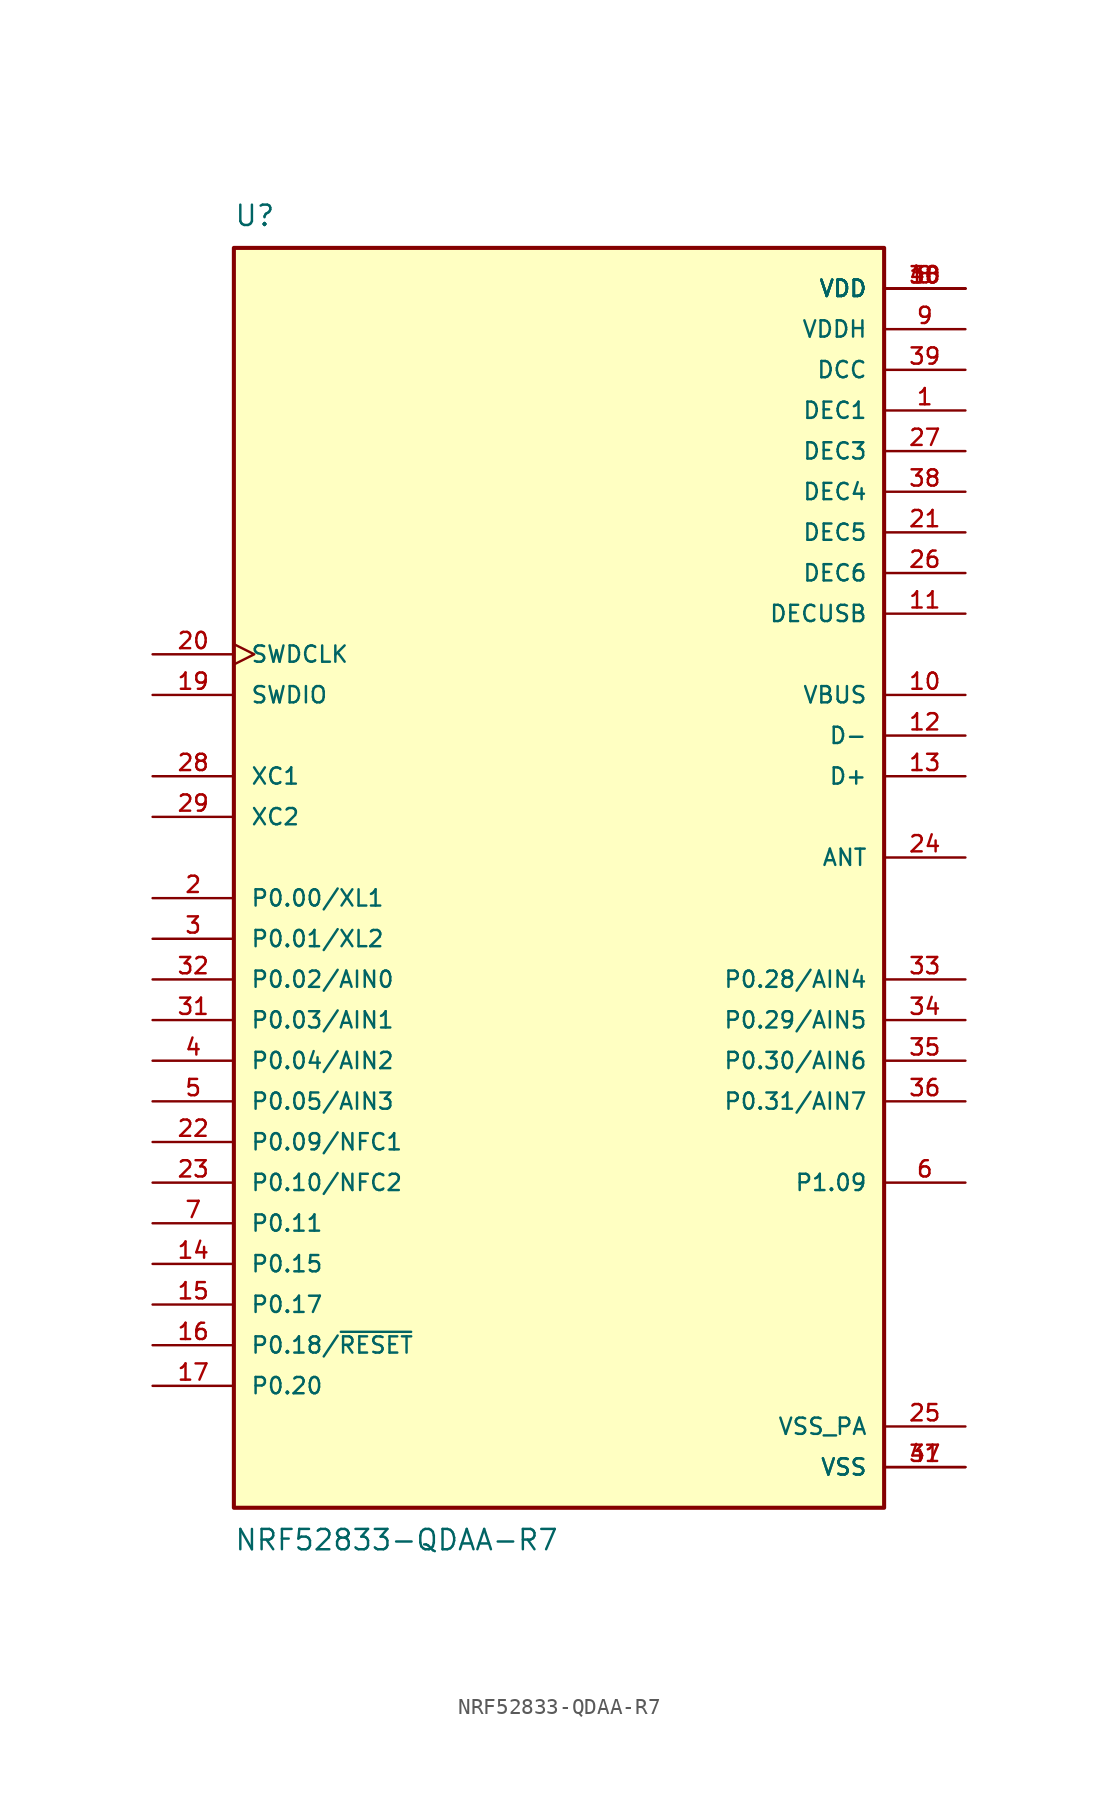
<source format=kicad_sym>
(kicad_symbol_lib
  (version 20211014)
  (generator kicad_symbol_editor)
  (symbol "NRF52833-QDAA-R7"
    (pin_names
      (offset 1.016))
    (property "Reference" "U"
      (at -20.32 39.37 0)
      (effects (font (size 1.27 1.27)) (justify bottom left)))
    (property "Value" "NRF52833-QDAA-R7"
      (at -20.32 -41.91 0)
      (effects (font (size 1.27 1.27)) (justify top left)))
    (symbol "NRF52833-QDAA-R7_0_0"
      (rectangle (start -20.32 -40.64) (end 20.32 38.1) (stroke (width 0.254)) (fill (type background)))
      (pin bidirectional line (at 25.4 -15.24 180.0) (length 5.08) (name "P0.31/AIN7" (effects (font (size 1.016 1.016)))) (number "36" (effects (font (size 1.016 1.016)))))
      (pin bidirectional line (at 25.4 -10.16 180.0) (length 5.08) (name "P0.29/AIN5" (effects (font (size 1.016 1.016)))) (number "34" (effects (font (size 1.016 1.016)))))
      (pin bidirectional line (at -25.4 -7.62 0) (length 5.08) (name "P0.02/AIN0" (effects (font (size 1.016 1.016)))) (number "32" (effects (font (size 1.016 1.016)))))
      (pin power_in line (at 25.4 35.56 180.0) (length 5.08) (name "VDD" (effects (font (size 1.016 1.016)))) (number "8" (effects (font (size 1.016 1.016)))))
      (pin power_in line (at 25.4 35.56 180.0) (length 5.08) (name "VDD" (effects (font (size 1.016 1.016)))) (number "18" (effects (font (size 1.016 1.016)))))
      (pin power_in line (at 25.4 35.56 180.0) (length 5.08) (name "VDD" (effects (font (size 1.016 1.016)))) (number "30" (effects (font (size 1.016 1.016)))))
      (pin power_in line (at 25.4 35.56 180.0) (length 5.08) (name "VDD" (effects (font (size 1.016 1.016)))) (number "40" (effects (font (size 1.016 1.016)))))
      (pin input line (at -25.4 2.54 0) (length 5.08) (name "XC2" (effects (font (size 1.016 1.016)))) (number "29" (effects (font (size 1.016 1.016)))))
      (pin power_in line (at 25.4 30.48 180.0) (length 5.08) (name "DCC" (effects (font (size 1.016 1.016)))) (number "39" (effects (font (size 1.016 1.016)))))
      (pin power_in line (at 25.4 22.86 180.0) (length 5.08) (name "DEC4" (effects (font (size 1.016 1.016)))) (number "38" (effects (font (size 1.016 1.016)))))
      (pin power_in line (at 25.4 -38.1 180.0) (length 5.08) (name "VSS" (effects (font (size 1.016 1.016)))) (number "37" (effects (font (size 1.016 1.016)))))
      (pin power_in line (at 25.4 -38.1 180.0) (length 5.08) (name "VSS" (effects (font (size 1.016 1.016)))) (number "41" (effects (font (size 1.016 1.016)))))
      (pin bidirectional line (at 25.4 -12.7 180.0) (length 5.08) (name "P0.30/AIN6" (effects (font (size 1.016 1.016)))) (number "35" (effects (font (size 1.016 1.016)))))
      (pin bidirectional line (at 25.4 -7.62 180.0) (length 5.08) (name "P0.28/AIN4" (effects (font (size 1.016 1.016)))) (number "33" (effects (font (size 1.016 1.016)))))
      (pin bidirectional line (at -25.4 -10.16 0) (length 5.08) (name "P0.03/AIN1" (effects (font (size 1.016 1.016)))) (number "31" (effects (font (size 1.016 1.016)))))
      (pin input line (at -25.4 5.08 0) (length 5.08) (name "XC1" (effects (font (size 1.016 1.016)))) (number "28" (effects (font (size 1.016 1.016)))))
      (pin power_in line (at 25.4 27.94 180.0) (length 5.08) (name "DEC1" (effects (font (size 1.016 1.016)))) (number "1" (effects (font (size 1.016 1.016)))))
      (pin bidirectional line (at -25.4 -2.54 0) (length 5.08) (name "P0.00/XL1" (effects (font (size 1.016 1.016)))) (number "2" (effects (font (size 1.016 1.016)))))
      (pin power_in line (at 25.4 25.4 180.0) (length 5.08) (name "DEC3" (effects (font (size 1.016 1.016)))) (number "27" (effects (font (size 1.016 1.016)))))
      (pin power_in line (at 25.4 17.78 180.0) (length 5.08) (name "DEC6" (effects (font (size 1.016 1.016)))) (number "26" (effects (font (size 1.016 1.016)))))
      (pin bidirectional line (at -25.4 -5.08 0) (length 5.08) (name "P0.01/XL2" (effects (font (size 1.016 1.016)))) (number "3" (effects (font (size 1.016 1.016)))))
      (pin power_in line (at 25.4 -35.56 180.0) (length 5.08) (name "VSS_PA" (effects (font (size 1.016 1.016)))) (number "25" (effects (font (size 1.016 1.016)))))
      (pin bidirectional line (at 25.4 0.0 180.0) (length 5.08) (name "ANT" (effects (font (size 1.016 1.016)))) (number "24" (effects (font (size 1.016 1.016)))))
      (pin bidirectional line (at -25.4 -12.7 0) (length 5.08) (name "P0.04/AIN2" (effects (font (size 1.016 1.016)))) (number "4" (effects (font (size 1.016 1.016)))))
      (pin bidirectional line (at -25.4 -20.32 0) (length 5.08) (name "P0.10/NFC2" (effects (font (size 1.016 1.016)))) (number "23" (effects (font (size 1.016 1.016)))))
      (pin bidirectional line (at -25.4 -15.24 0) (length 5.08) (name "P0.05/AIN3" (effects (font (size 1.016 1.016)))) (number "5" (effects (font (size 1.016 1.016)))))
      (pin bidirectional line (at -25.4 -17.78 0) (length 5.08) (name "P0.09/NFC1" (effects (font (size 1.016 1.016)))) (number "22" (effects (font (size 1.016 1.016)))))
      (pin power_in line (at 25.4 20.32 180.0) (length 5.08) (name "DEC5" (effects (font (size 1.016 1.016)))) (number "21" (effects (font (size 1.016 1.016)))))
      (pin bidirectional line (at 25.4 -20.32 180.0) (length 5.08) (name "P1.09" (effects (font (size 1.016 1.016)))) (number "6" (effects (font (size 1.016 1.016)))))
      (pin bidirectional line (at -25.4 -22.86 0) (length 5.08) (name "P0.11" (effects (font (size 1.016 1.016)))) (number "7" (effects (font (size 1.016 1.016)))))
      (pin power_in line (at 25.4 33.02 180.0) (length 5.08) (name "VDDH" (effects (font (size 1.016 1.016)))) (number "9" (effects (font (size 1.016 1.016)))))
      (pin power_in line (at 25.4 15.24 180.0) (length 5.08) (name "DECUSB" (effects (font (size 1.016 1.016)))) (number "11" (effects (font (size 1.016 1.016)))))
      (pin input clock (at -25.4 12.7 0) (length 5.08) (name "SWDCLK" (effects (font (size 1.016 1.016)))) (number "20" (effects (font (size 1.016 1.016)))))
      (pin bidirectional line (at -25.4 -30.48 0) (length 5.08) (name "P0.18/~{RESET}" (effects (font (size 1.016 1.016)))) (number "16" (effects (font (size 1.016 1.016)))))
      (pin bidirectional line (at -25.4 10.16 0) (length 5.08) (name "SWDIO" (effects (font (size 1.016 1.016)))) (number "19" (effects (font (size 1.016 1.016)))))
      (pin power_in line (at 25.4 10.16 180.0) (length 5.08) (name "VBUS" (effects (font (size 1.016 1.016)))) (number "10" (effects (font (size 1.016 1.016)))))
      (pin bidirectional line (at 25.4 7.62 180.0) (length 5.08) (name "D-" (effects (font (size 1.016 1.016)))) (number "12" (effects (font (size 1.016 1.016)))))
      (pin bidirectional line (at 25.4 5.08 180.0) (length 5.08) (name "D+" (effects (font (size 1.016 1.016)))) (number "13" (effects (font (size 1.016 1.016)))))
      (pin bidirectional line (at -25.4 -25.4 0) (length 5.08) (name "P0.15" (effects (font (size 1.016 1.016)))) (number "14" (effects (font (size 1.016 1.016)))))
      (pin bidirectional line (at -25.4 -27.94 0) (length 5.08) (name "P0.17" (effects (font (size 1.016 1.016)))) (number "15" (effects (font (size 1.016 1.016)))))
      (pin bidirectional line (at -25.4 -33.02 0) (length 5.08) (name "P0.20" (effects (font (size 1.016 1.016)))) (number "17" (effects (font (size 1.016 1.016))))))))
</source>
